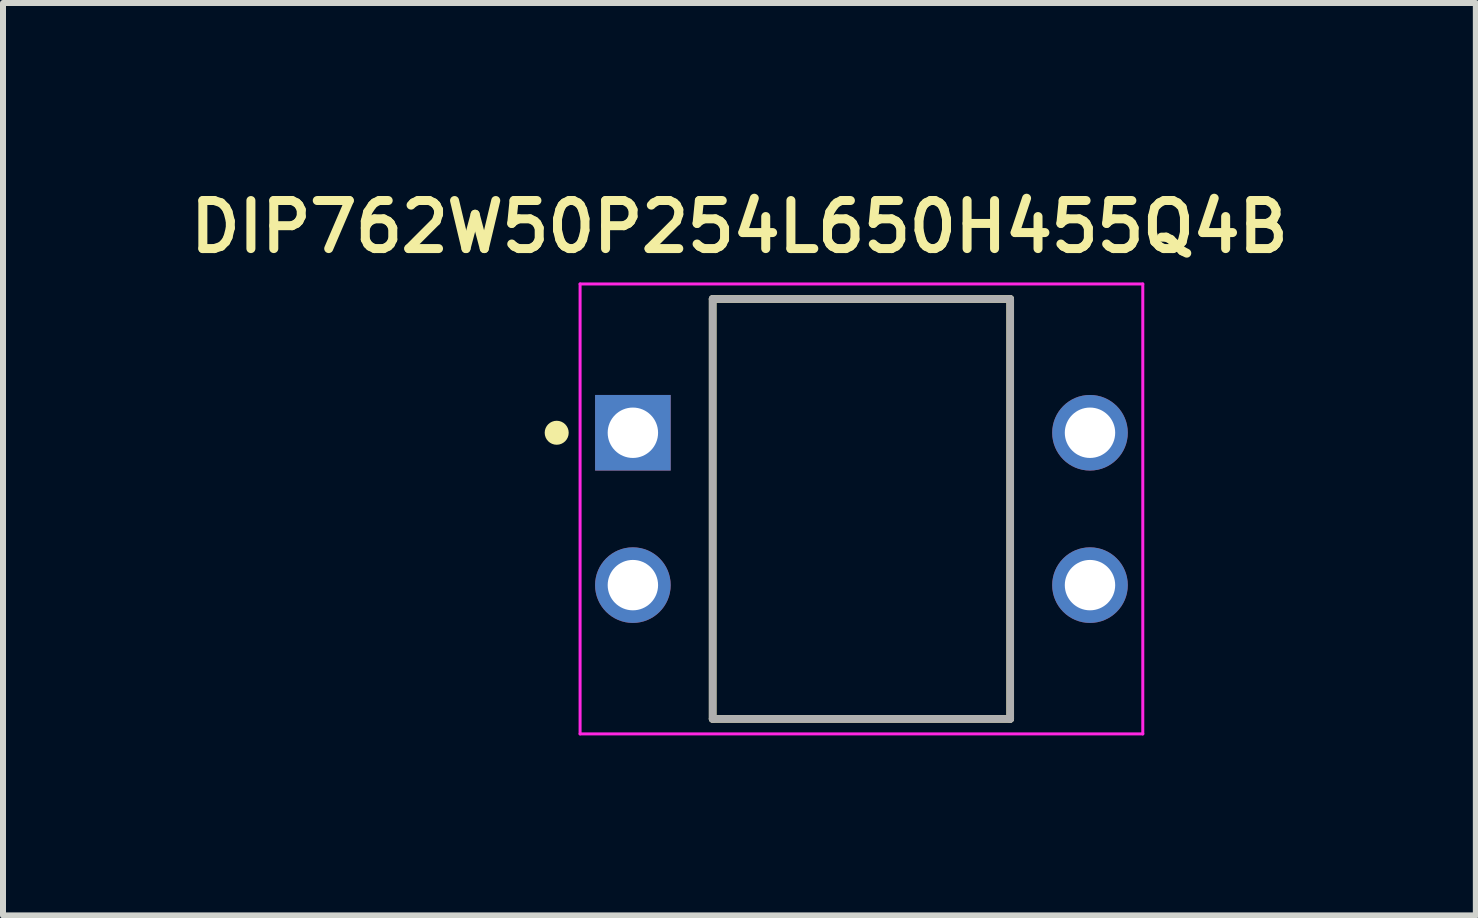
<source format=kicad_pcb>
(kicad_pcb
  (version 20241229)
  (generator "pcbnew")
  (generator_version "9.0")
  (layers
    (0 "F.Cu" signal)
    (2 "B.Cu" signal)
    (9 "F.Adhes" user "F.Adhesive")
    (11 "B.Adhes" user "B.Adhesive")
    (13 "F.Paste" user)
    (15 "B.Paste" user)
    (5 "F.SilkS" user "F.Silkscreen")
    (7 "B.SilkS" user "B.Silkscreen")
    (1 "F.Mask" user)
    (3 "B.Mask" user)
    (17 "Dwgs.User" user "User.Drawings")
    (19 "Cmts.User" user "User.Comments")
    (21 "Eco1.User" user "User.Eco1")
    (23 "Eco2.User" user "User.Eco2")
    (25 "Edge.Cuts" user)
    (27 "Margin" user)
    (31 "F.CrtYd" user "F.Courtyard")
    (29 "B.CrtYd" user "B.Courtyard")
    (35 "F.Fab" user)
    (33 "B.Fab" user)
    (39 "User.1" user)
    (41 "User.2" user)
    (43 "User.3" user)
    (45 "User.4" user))
  (footprint "DIP762W50P254L650H455Q4B"
    (layer "F.Cu")
    (at 11.31 5.434)
    (property "Reference" "DIP762W50P254L650H455Q4B" (at -2.034 -4.703 0) (layer "F.SilkS") (effects (font (size 0.801 0.801) (thickness 0.15))))
    (attr through_hole)
    (fp_line (start -2.48 -3.5) (end -2.48 3.5) (stroke (width 0.127) (type solid)) (layer "F.SilkS"))
    (fp_line (start 2.48 -3.5) (end -2.48 -3.5) (stroke (width 0.127) (type solid)) (layer "F.SilkS"))
    (fp_line (start 2.48 -3.5) (end 2.48 3.5) (stroke (width 0.127) (type solid)) (layer "F.SilkS"))
    (fp_line (start 2.48 3.5) (end -2.48 3.5) (stroke (width 0.127) (type solid)) (layer "F.SilkS"))
    (fp_circle (center -5.08 -1.27) (end -4.98 -1.27) (stroke (width 0.2) (type solid)) (fill no) (layer "F.SilkS"))
    (fp_line (start -4.69 -3.75) (end -4.69 3.75) (stroke (width 0.05) (type solid)) (layer "F.CrtYd"))
    (fp_line (start -4.69 3.75) (end 4.69 3.75) (stroke (width 0.05) (type solid)) (layer "F.CrtYd"))
    (fp_line (start 4.69 -3.75) (end -4.69 -3.75) (stroke (width 0.05) (type solid)) (layer "F.CrtYd"))
    (fp_line (start 4.69 3.75) (end 4.69 -3.75) (stroke (width 0.05) (type solid)) (layer "F.CrtYd"))
    (fp_line (start -2.48 -3.5) (end 2.48 -3.5) (stroke (width 0.127) (type solid)) (layer "F.Fab"))
    (fp_line (start -2.48 3.5) (end -2.48 -3.5) (stroke (width 0.127) (type solid)) (layer "F.Fab"))
    (fp_line (start 2.48 -3.5) (end 2.48 3.5) (stroke (width 0.127) (type solid)) (layer "F.Fab"))
    (fp_line (start 2.48 3.5) (end -2.48 3.5) (stroke (width 0.127) (type solid)) (layer "F.Fab"))
    (pad "1" thru_hole rect (at -3.81 -1.27) (size 1.26 1.26) (drill 0.84) (layers "*.Cu" "*.Mask"))
    (pad "2" thru_hole circle (at -3.81 1.27) (size 1.26 1.26) (drill 0.84) (layers "*.Cu" "*.Mask"))
    (pad "3" thru_hole circle (at 3.81 1.27) (size 1.26 1.26) (drill 0.84) (layers "*.Cu" "*.Mask"))
    (pad "4" thru_hole circle (at 3.81 -1.27) (size 1.26 1.26) (drill 0.84) (layers "*.Cu" "*.Mask")))
  (gr_rect
    (start -3 -3)
    (end 21.552 12.209)
    (stroke (width 0.1) (type default))
    (fill no)
    (layer "Edge.Cuts")))
</source>
